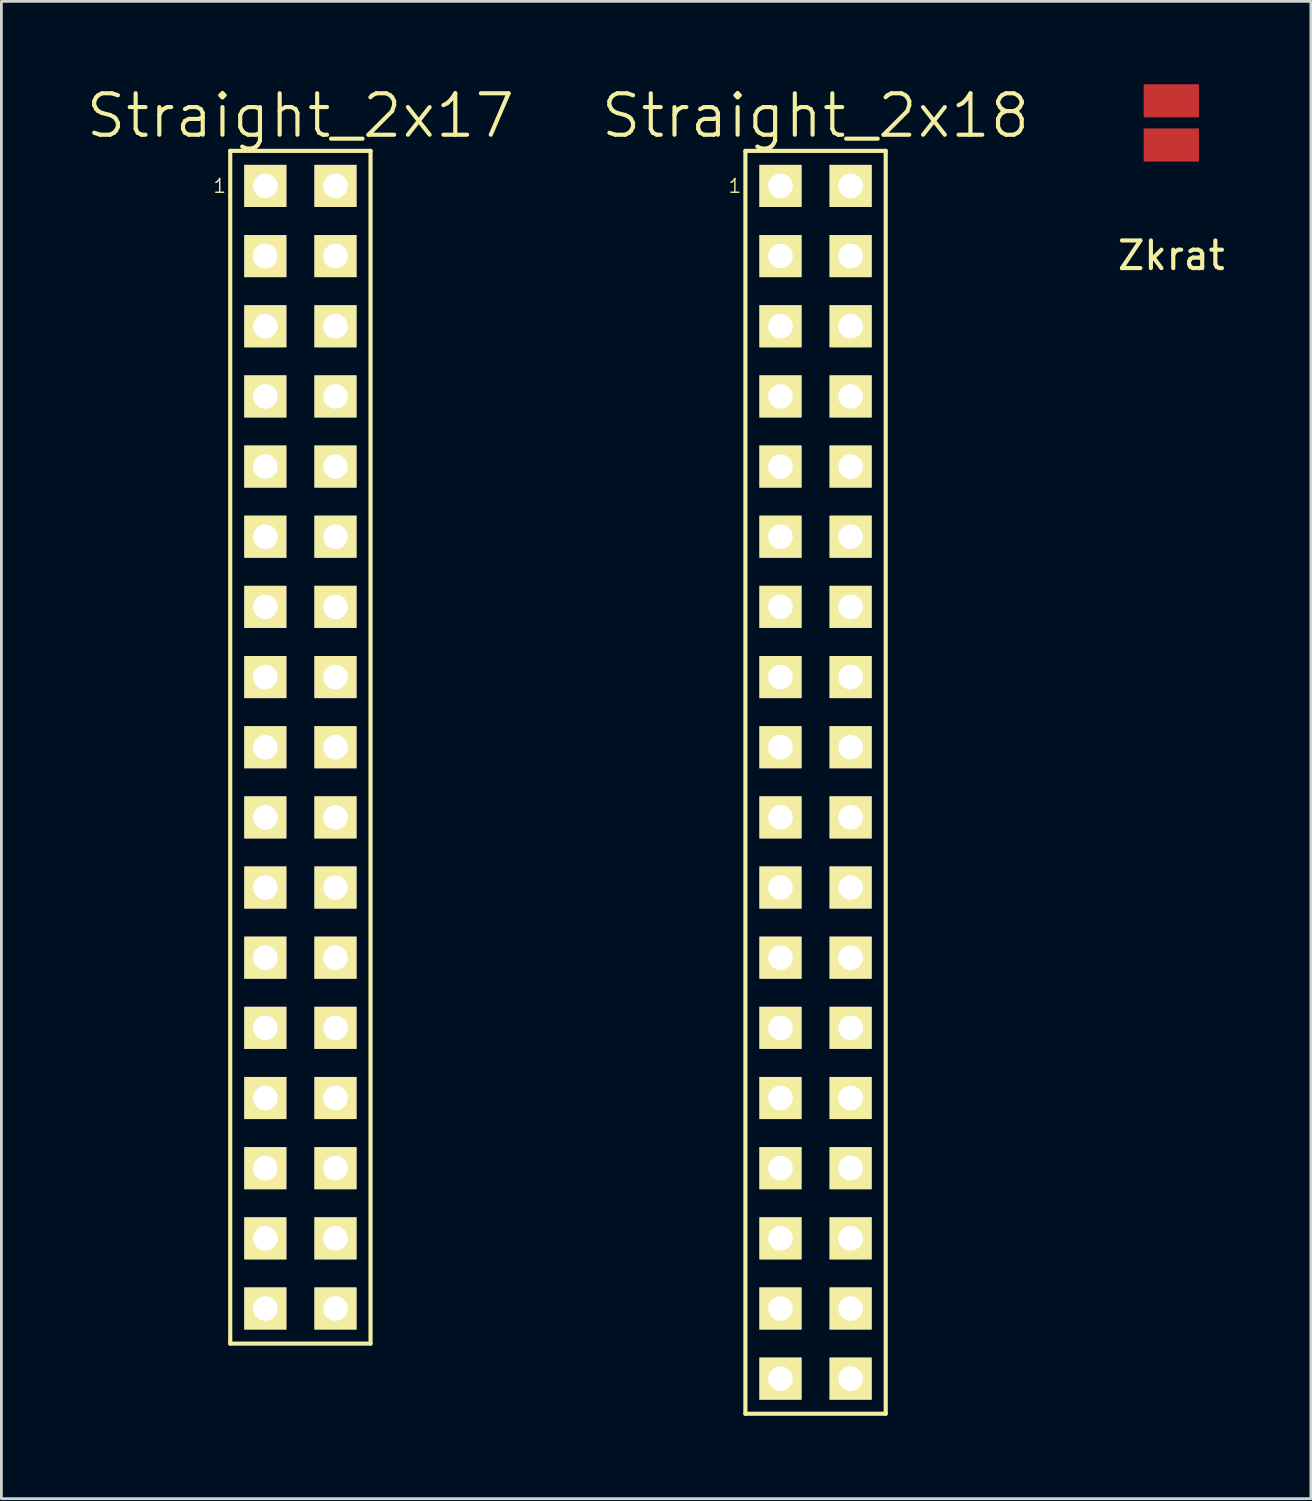
<source format=kicad_pcb>
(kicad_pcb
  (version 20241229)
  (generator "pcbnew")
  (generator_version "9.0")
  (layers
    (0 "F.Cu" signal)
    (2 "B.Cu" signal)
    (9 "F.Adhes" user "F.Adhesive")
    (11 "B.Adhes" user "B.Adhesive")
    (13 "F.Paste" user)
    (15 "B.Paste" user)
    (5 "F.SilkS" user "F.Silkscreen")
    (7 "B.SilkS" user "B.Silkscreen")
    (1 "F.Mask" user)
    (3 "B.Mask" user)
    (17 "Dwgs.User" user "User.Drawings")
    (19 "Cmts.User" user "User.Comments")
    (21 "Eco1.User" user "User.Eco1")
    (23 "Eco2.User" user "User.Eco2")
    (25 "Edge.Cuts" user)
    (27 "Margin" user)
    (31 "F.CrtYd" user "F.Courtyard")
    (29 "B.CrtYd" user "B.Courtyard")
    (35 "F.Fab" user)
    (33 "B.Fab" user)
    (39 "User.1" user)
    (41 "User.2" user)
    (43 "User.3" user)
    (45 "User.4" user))
  (footprint "Straight_2x18"
    (layer "F.Cu")
    (at 26.475 25.271)
    (property "Reference" "Straight_2x18" (at 0 -24.13 0) (layer "F.SilkS") (effects (font (size 1.5 1.5) (thickness 0.15))))
    (attr through_hole)
    (fp_line (start -2.54 -22.86) (end 2.54 -22.86) (stroke (width 0.15) (type solid)) (layer "F.SilkS"))
    (fp_line (start -2.54 22.86) (end -2.54 -22.86) (stroke (width 0.15) (type solid)) (layer "F.SilkS"))
    (fp_line (start 2.54 -22.86) (end 2.54 22.86) (stroke (width 0.15) (type solid)) (layer "F.SilkS"))
    (fp_line (start 2.54 22.86) (end -2.54 22.86) (stroke (width 0.15) (type solid)) (layer "F.SilkS"))
    (fp_text user "1" (at -2.921 -21.59 0) (layer "F.SilkS") (effects (font (size 0.5 0.5) (thickness 0.05))))
    (pad "1" thru_hole rect (at -1.27 -21.59) (size 1.524 1.524) (drill 0.889) (layers "*.Cu" "*.Mask" "F.SilkS"))
    (pad "2" thru_hole rect (at 1.27 -21.59) (size 1.524 1.524) (drill 0.889) (layers "*.Cu" "*.Mask" "F.SilkS"))
    (pad "3" thru_hole rect (at -1.27 -19.05) (size 1.524 1.524) (drill 0.889) (layers "*.Cu" "*.Mask" "F.SilkS"))
    (pad "4" thru_hole rect (at 1.27 -19.05) (size 1.524 1.524) (drill 0.889) (layers "*.Cu" "*.Mask" "F.SilkS"))
    (pad "5" thru_hole rect (at -1.27 -16.51) (size 1.524 1.524) (drill 0.889) (layers "*.Cu" "*.Mask" "F.SilkS"))
    (pad "6" thru_hole rect (at 1.27 -16.51) (size 1.524 1.524) (drill 0.889) (layers "*.Cu" "*.Mask" "F.SilkS"))
    (pad "7" thru_hole rect (at -1.27 -13.97) (size 1.524 1.524) (drill 0.889) (layers "*.Cu" "*.Mask" "F.SilkS"))
    (pad "8" thru_hole rect (at 1.27 -13.97) (size 1.524 1.524) (drill 0.889) (layers "*.Cu" "*.Mask" "F.SilkS"))
    (pad "9" thru_hole rect (at -1.27 -11.43) (size 1.524 1.524) (drill 0.889) (layers "*.Cu" "*.Mask" "F.SilkS"))
    (pad "10" thru_hole rect (at 1.27 -11.43) (size 1.524 1.524) (drill 0.889) (layers "*.Cu" "*.Mask" "F.SilkS"))
    (pad "11" thru_hole rect (at -1.27 -8.89) (size 1.524 1.524) (drill 0.889) (layers "*.Cu" "*.Mask" "F.SilkS"))
    (pad "12" thru_hole rect (at 1.27 -8.89) (size 1.524 1.524) (drill 0.889) (layers "*.Cu" "*.Mask" "F.SilkS"))
    (pad "13" thru_hole rect (at -1.27 -6.35) (size 1.524 1.524) (drill 0.889) (layers "*.Cu" "*.Mask" "F.SilkS"))
    (pad "14" thru_hole rect (at 1.27 -6.35) (size 1.524 1.524) (drill 0.889) (layers "*.Cu" "*.Mask" "F.SilkS"))
    (pad "15" thru_hole rect (at -1.27 -3.81) (size 1.524 1.524) (drill 0.889) (layers "*.Cu" "*.Mask" "F.SilkS"))
    (pad "16" thru_hole rect (at 1.27 -3.81) (size 1.524 1.524) (drill 0.889) (layers "*.Cu" "*.Mask" "F.SilkS"))
    (pad "17" thru_hole rect (at -1.27 -1.27) (size 1.524 1.524) (drill 0.889) (layers "*.Cu" "*.Mask" "F.SilkS"))
    (pad "18" thru_hole rect (at 1.27 -1.27) (size 1.524 1.524) (drill 0.889) (layers "*.Cu" "*.Mask" "F.SilkS"))
    (pad "19" thru_hole rect (at -1.27 1.27) (size 1.524 1.524) (drill 0.889) (layers "*.Cu" "*.Mask" "F.SilkS"))
    (pad "20" thru_hole rect (at 1.27 1.27) (size 1.524 1.524) (drill 0.889) (layers "*.Cu" "*.Mask" "F.SilkS"))
    (pad "21" thru_hole rect (at -1.27 3.81) (size 1.524 1.524) (drill 0.889) (layers "*.Cu" "*.Mask" "F.SilkS"))
    (pad "22" thru_hole rect (at 1.27 3.81) (size 1.524 1.524) (drill 0.889) (layers "*.Cu" "*.Mask" "F.SilkS"))
    (pad "23" thru_hole rect (at -1.27 6.35) (size 1.524 1.524) (drill 0.889) (layers "*.Cu" "*.Mask" "F.SilkS"))
    (pad "24" thru_hole rect (at 1.27 6.35) (size 1.524 1.524) (drill 0.889) (layers "*.Cu" "*.Mask" "F.SilkS"))
    (pad "25" thru_hole rect (at -1.27 8.89) (size 1.524 1.524) (drill 0.889) (layers "*.Cu" "*.Mask" "F.SilkS"))
    (pad "26" thru_hole rect (at 1.27 8.89) (size 1.524 1.524) (drill 0.889) (layers "*.Cu" "*.Mask" "F.SilkS"))
    (pad "27" thru_hole rect (at -1.27 11.43) (size 1.524 1.524) (drill 0.889) (layers "*.Cu" "*.Mask" "F.SilkS"))
    (pad "28" thru_hole rect (at 1.27 11.43) (size 1.524 1.524) (drill 0.889) (layers "*.Cu" "*.Mask" "F.SilkS"))
    (pad "29" thru_hole rect (at -1.27 13.97) (size 1.524 1.524) (drill 0.889) (layers "*.Cu" "*.Mask" "F.SilkS"))
    (pad "30" thru_hole rect (at 1.27 13.97) (size 1.524 1.524) (drill 0.889) (layers "*.Cu" "*.Mask" "F.SilkS"))
    (pad "31" thru_hole rect (at -1.27 16.51) (size 1.524 1.524) (drill 0.889) (layers "*.Cu" "*.Mask" "F.SilkS"))
    (pad "32" thru_hole rect (at 1.27 16.51) (size 1.524 1.524) (drill 0.889) (layers "*.Cu" "*.Mask" "F.SilkS"))
    (pad "33" thru_hole rect (at -1.27 19.05) (size 1.524 1.524) (drill 0.889) (layers "*.Cu" "*.Mask" "F.SilkS"))
    (pad "34" thru_hole rect (at 1.27 19.05) (size 1.524 1.524) (drill 0.889) (layers "*.Cu" "*.Mask" "F.SilkS"))
    (pad "35" thru_hole rect (at -1.27 21.59) (size 1.524 1.524) (drill 0.889) (layers "*.Cu" "*.Mask" "F.SilkS"))
    (pad "36" thru_hole rect (at 1.27 21.59) (size 1.524 1.524) (drill 0.889) (layers "*.Cu" "*.Mask" "F.SilkS")))
  (footprint "Straight_2x17"
    (layer "F.Cu")
    (at 7.825 24.001)
    (property "Reference" "Straight_2x17" (at 0 -22.86 0) (layer "F.SilkS") (effects (font (size 1.5 1.5) (thickness 0.15))))
    (attr through_hole)
    (fp_line (start -2.54 -21.59) (end 2.54 -21.59) (stroke (width 0.15) (type solid)) (layer "F.SilkS"))
    (fp_line (start -2.54 21.59) (end -2.54 -21.59) (stroke (width 0.15) (type solid)) (layer "F.SilkS"))
    (fp_line (start 2.54 -21.59) (end 2.54 21.59) (stroke (width 0.15) (type solid)) (layer "F.SilkS"))
    (fp_line (start 2.54 21.59) (end -2.54 21.59) (stroke (width 0.15) (type solid)) (layer "F.SilkS"))
    (fp_text user "1" (at -2.921 -20.32 0) (layer "F.SilkS") (effects (font (size 0.5 0.5) (thickness 0.05))))
    (pad "1" thru_hole rect (at -1.27 -20.32) (size 1.524 1.524) (drill 0.889) (layers "*.Cu" "*.Mask" "F.SilkS"))
    (pad "2" thru_hole rect (at 1.27 -20.32) (size 1.524 1.524) (drill 0.889) (layers "*.Cu" "*.Mask" "F.SilkS"))
    (pad "3" thru_hole rect (at -1.27 -17.78) (size 1.524 1.524) (drill 0.889) (layers "*.Cu" "*.Mask" "F.SilkS"))
    (pad "4" thru_hole rect (at 1.27 -17.78) (size 1.524 1.524) (drill 0.889) (layers "*.Cu" "*.Mask" "F.SilkS"))
    (pad "5" thru_hole rect (at -1.27 -15.24) (size 1.524 1.524) (drill 0.889) (layers "*.Cu" "*.Mask" "F.SilkS"))
    (pad "6" thru_hole rect (at 1.27 -15.24) (size 1.524 1.524) (drill 0.889) (layers "*.Cu" "*.Mask" "F.SilkS"))
    (pad "7" thru_hole rect (at -1.27 -12.7) (size 1.524 1.524) (drill 0.889) (layers "*.Cu" "*.Mask" "F.SilkS"))
    (pad "8" thru_hole rect (at 1.27 -12.7) (size 1.524 1.524) (drill 0.889) (layers "*.Cu" "*.Mask" "F.SilkS"))
    (pad "9" thru_hole rect (at -1.27 -10.16) (size 1.524 1.524) (drill 0.889) (layers "*.Cu" "*.Mask" "F.SilkS"))
    (pad "10" thru_hole rect (at 1.27 -10.16) (size 1.524 1.524) (drill 0.889) (layers "*.Cu" "*.Mask" "F.SilkS"))
    (pad "11" thru_hole rect (at -1.27 -7.62) (size 1.524 1.524) (drill 0.889) (layers "*.Cu" "*.Mask" "F.SilkS"))
    (pad "12" thru_hole rect (at 1.27 -7.62) (size 1.524 1.524) (drill 0.889) (layers "*.Cu" "*.Mask" "F.SilkS"))
    (pad "13" thru_hole rect (at -1.27 -5.08) (size 1.524 1.524) (drill 0.889) (layers "*.Cu" "*.Mask" "F.SilkS"))
    (pad "14" thru_hole rect (at 1.27 -5.08) (size 1.524 1.524) (drill 0.889) (layers "*.Cu" "*.Mask" "F.SilkS"))
    (pad "15" thru_hole rect (at -1.27 -2.54) (size 1.524 1.524) (drill 0.889) (layers "*.Cu" "*.Mask" "F.SilkS"))
    (pad "16" thru_hole rect (at 1.27 -2.54) (size 1.524 1.524) (drill 0.889) (layers "*.Cu" "*.Mask" "F.SilkS"))
    (pad "17" thru_hole rect (at -1.27 0) (size 1.524 1.524) (drill 0.889) (layers "*.Cu" "*.Mask" "F.SilkS"))
    (pad "18" thru_hole rect (at 1.27 0) (size 1.524 1.524) (drill 0.889) (layers "*.Cu" "*.Mask" "F.SilkS"))
    (pad "19" thru_hole rect (at -1.27 2.54) (size 1.524 1.524) (drill 0.889) (layers "*.Cu" "*.Mask" "F.SilkS"))
    (pad "20" thru_hole rect (at 1.27 2.54) (size 1.524 1.524) (drill 0.889) (layers "*.Cu" "*.Mask" "F.SilkS"))
    (pad "21" thru_hole rect (at -1.27 5.08) (size 1.524 1.524) (drill 0.889) (layers "*.Cu" "*.Mask" "F.SilkS"))
    (pad "22" thru_hole rect (at 1.27 5.08) (size 1.524 1.524) (drill 0.889) (layers "*.Cu" "*.Mask" "F.SilkS"))
    (pad "23" thru_hole rect (at -1.27 7.62) (size 1.524 1.524) (drill 0.889) (layers "*.Cu" "*.Mask" "F.SilkS"))
    (pad "24" thru_hole rect (at 1.27 7.62) (size 1.524 1.524) (drill 0.889) (layers "*.Cu" "*.Mask" "F.SilkS"))
    (pad "25" thru_hole rect (at -1.27 10.16) (size 1.524 1.524) (drill 0.889) (layers "*.Cu" "*.Mask" "F.SilkS"))
    (pad "26" thru_hole rect (at 1.27 10.16) (size 1.524 1.524) (drill 0.889) (layers "*.Cu" "*.Mask" "F.SilkS"))
    (pad "27" thru_hole rect (at -1.27 12.7) (size 1.524 1.524) (drill 0.889) (layers "*.Cu" "*.Mask" "F.SilkS"))
    (pad "28" thru_hole rect (at 1.27 12.7) (size 1.524 1.524) (drill 0.889) (layers "*.Cu" "*.Mask" "F.SilkS"))
    (pad "29" thru_hole rect (at -1.27 15.24) (size 1.524 1.524) (drill 0.889) (layers "*.Cu" "*.Mask" "F.SilkS"))
    (pad "30" thru_hole rect (at 1.27 15.24) (size 1.524 1.524) (drill 0.889) (layers "*.Cu" "*.Mask" "F.SilkS"))
    (pad "31" thru_hole rect (at -1.27 17.78) (size 1.524 1.524) (drill 0.889) (layers "*.Cu" "*.Mask" "F.SilkS"))
    (pad "32" thru_hole rect (at 1.27 17.78) (size 1.524 1.524) (drill 0.889) (layers "*.Cu" "*.Mask" "F.SilkS"))
    (pad "33" thru_hole rect (at -1.27 20.32) (size 1.524 1.524) (drill 0.889) (layers "*.Cu" "*.Mask" "F.SilkS"))
    (pad "34" thru_hole rect (at 1.27 20.32) (size 1.524 1.524) (drill 0.889) (layers "*.Cu" "*.Mask" "F.SilkS")))
  (footprint "Zkrat"
    (layer "F.Cu")
    (at 39.354 0.6)
    (property "Reference" "Zkrat" (at 0 5.601 0) (layer "F.SilkS") (effects (font (size 1 1) (thickness 0.15))))
    (attr through_hole)
    (pad "1" smd rect (at 0 0) (size 2 1.2) (layers "F.Cu" "F.Mask" "F.Paste"))
    (pad "2" smd rect (at 0 1.6) (size 2 1.2) (layers "F.Cu" "F.Mask" "F.Paste")))
  (gr_rect
    (start -3 -3)
    (end 44.407 51.206)
    (stroke (width 0.1) (type default))
    (fill no)
    (layer "Edge.Cuts")))
</source>
